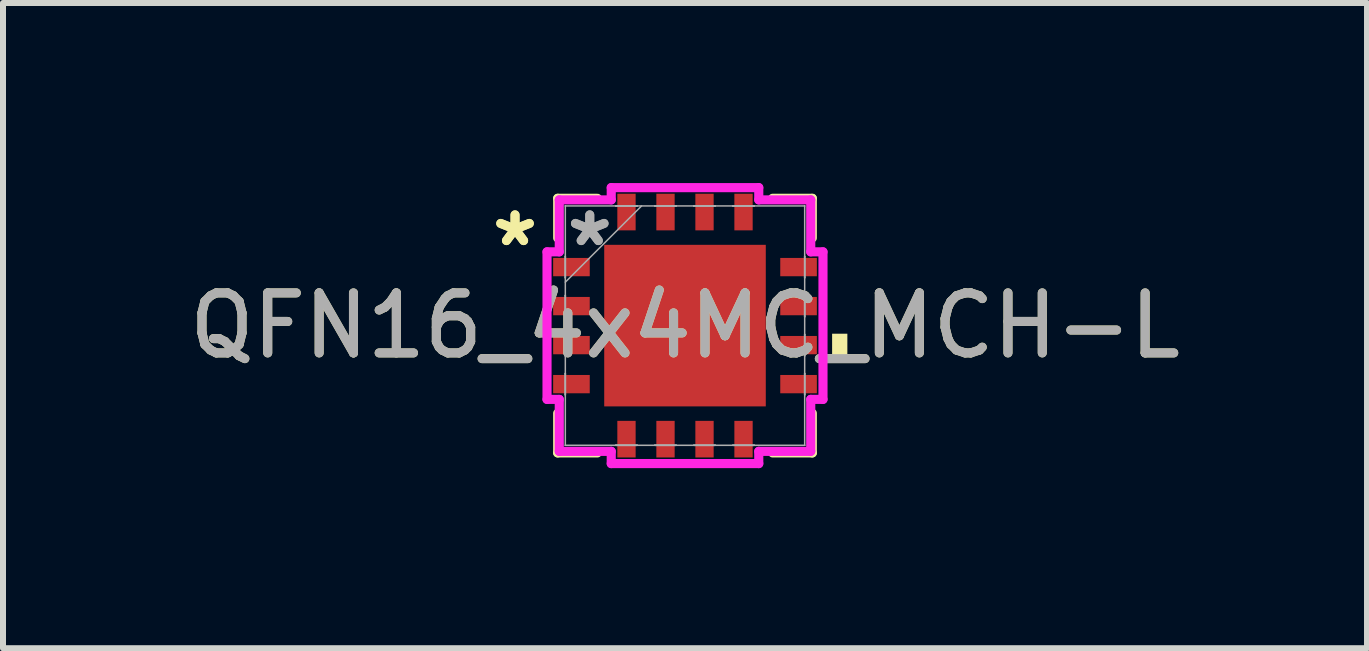
<source format=kicad_pcb>
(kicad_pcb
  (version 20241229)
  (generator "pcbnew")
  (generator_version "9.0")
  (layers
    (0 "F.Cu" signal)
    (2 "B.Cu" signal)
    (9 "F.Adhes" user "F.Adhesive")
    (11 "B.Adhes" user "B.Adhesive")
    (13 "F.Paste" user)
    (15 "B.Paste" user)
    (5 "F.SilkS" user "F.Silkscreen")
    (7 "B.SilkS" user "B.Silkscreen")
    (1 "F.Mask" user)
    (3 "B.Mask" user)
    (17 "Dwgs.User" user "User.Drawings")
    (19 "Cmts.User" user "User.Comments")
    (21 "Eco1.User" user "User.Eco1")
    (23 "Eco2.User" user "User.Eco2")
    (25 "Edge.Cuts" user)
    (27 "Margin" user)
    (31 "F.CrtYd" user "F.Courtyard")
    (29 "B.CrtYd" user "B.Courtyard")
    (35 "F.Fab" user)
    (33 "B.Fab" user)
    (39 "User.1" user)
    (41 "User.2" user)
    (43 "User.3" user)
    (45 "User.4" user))
  (footprint "QFN16_4x4MC_MCH-L"
    (layer "F.Cu")
    (at 8.363 2.375)
    (property "Reference" "QFN16_4x4MC_MCH-L" (at 0 0 0) (unlocked yes) (layer "F.SilkS") (effects (font (size 1 1) (thickness 0.15))))
    (attr smd)
    (fp_line (start -2.121 -2.121) (end -2.121 -1.46) (stroke (width 0.152) (type solid)) (layer "F.SilkS"))
    (fp_line (start -2.121 1.46) (end -2.121 2.121) (stroke (width 0.152) (type solid)) (layer "F.SilkS"))
    (fp_line (start -2.121 2.121) (end -1.46 2.121) (stroke (width 0.152) (type solid)) (layer "F.SilkS"))
    (fp_line (start -1.46 -2.121) (end -2.121 -2.121) (stroke (width 0.152) (type solid)) (layer "F.SilkS"))
    (fp_line (start 1.46 2.121) (end 2.121 2.121) (stroke (width 0.152) (type solid)) (layer "F.SilkS"))
    (fp_line (start 2.121 -2.121) (end 1.46 -2.121) (stroke (width 0.152) (type solid)) (layer "F.SilkS"))
    (fp_line (start 2.121 -1.46) (end 2.121 -2.121) (stroke (width 0.152) (type solid)) (layer "F.SilkS"))
    (fp_line (start 2.121 2.121) (end 2.121 1.46) (stroke (width 0.152) (type solid)) (layer "F.SilkS"))
    (fp_poly (pts (xy 2.705 0.135) (xy 2.705 0.516) (xy 2.451 0.516) (xy 2.451 0.135)) (stroke (width 0) (type solid)) (fill yes) (layer "F.SilkS"))
    (fp_poly (pts (xy -1.246 -1.246) (xy -1.246 -0.1) (xy -0.1 -0.1) (xy -0.1 -1.246)) (stroke (width 0) (type solid)) (fill yes) (layer "F.Paste"))
    (fp_poly (pts (xy -1.246 0.1) (xy -1.246 1.246) (xy -0.1 1.246) (xy -0.1 0.1)) (stroke (width 0) (type solid)) (fill yes) (layer "F.Paste"))
    (fp_poly (pts (xy 0.1 -1.246) (xy 0.1 -0.1) (xy 1.246 -0.1) (xy 1.246 -1.246)) (stroke (width 0) (type solid)) (fill yes) (layer "F.Paste"))
    (fp_poly (pts (xy 0.1 0.1) (xy 0.1 1.246) (xy 1.246 1.246) (xy 1.246 0.1)) (stroke (width 0) (type solid)) (fill yes) (layer "F.Paste"))
    (fp_line (start -2.299 -1.229) (end -2.095 -1.229) (stroke (width 0.152) (type solid)) (layer "F.CrtYd"))
    (fp_line (start -2.299 1.229) (end -2.299 -1.229) (stroke (width 0.152) (type solid)) (layer "F.CrtYd"))
    (fp_line (start -2.095 -2.095) (end -1.229 -2.095) (stroke (width 0.152) (type solid)) (layer "F.CrtYd"))
    (fp_line (start -2.095 -1.229) (end -2.095 -2.095) (stroke (width 0.152) (type solid)) (layer "F.CrtYd"))
    (fp_line (start -2.095 1.229) (end -2.299 1.229) (stroke (width 0.152) (type solid)) (layer "F.CrtYd"))
    (fp_line (start -2.095 2.095) (end -2.095 1.229) (stroke (width 0.152) (type solid)) (layer "F.CrtYd"))
    (fp_line (start -1.229 -2.299) (end 1.229 -2.299) (stroke (width 0.152) (type solid)) (layer "F.CrtYd"))
    (fp_line (start -1.229 -2.095) (end -1.229 -2.299) (stroke (width 0.152) (type solid)) (layer "F.CrtYd"))
    (fp_line (start -1.229 2.095) (end -2.095 2.095) (stroke (width 0.152) (type solid)) (layer "F.CrtYd"))
    (fp_line (start -1.229 2.299) (end -1.229 2.095) (stroke (width 0.152) (type solid)) (layer "F.CrtYd"))
    (fp_line (start 1.229 -2.299) (end 1.229 -2.095) (stroke (width 0.152) (type solid)) (layer "F.CrtYd"))
    (fp_line (start 1.229 -2.095) (end 2.095 -2.095) (stroke (width 0.152) (type solid)) (layer "F.CrtYd"))
    (fp_line (start 1.229 2.095) (end 1.229 2.299) (stroke (width 0.152) (type solid)) (layer "F.CrtYd"))
    (fp_line (start 1.229 2.299) (end -1.229 2.299) (stroke (width 0.152) (type solid)) (layer "F.CrtYd"))
    (fp_line (start 2.095 -2.095) (end 2.095 -1.229) (stroke (width 0.152) (type solid)) (layer "F.CrtYd"))
    (fp_line (start 2.095 -1.229) (end 2.299 -1.229) (stroke (width 0.152) (type solid)) (layer "F.CrtYd"))
    (fp_line (start 2.095 1.229) (end 2.095 2.095) (stroke (width 0.152) (type solid)) (layer "F.CrtYd"))
    (fp_line (start 2.095 2.095) (end 1.229 2.095) (stroke (width 0.152) (type solid)) (layer "F.CrtYd"))
    (fp_line (start 2.299 -1.229) (end 2.299 1.229) (stroke (width 0.152) (type solid)) (layer "F.CrtYd"))
    (fp_line (start 2.299 1.229) (end 2.095 1.229) (stroke (width 0.152) (type solid)) (layer "F.CrtYd"))
    (fp_line (start -1.994 -1.994) (end -1.994 -1.994) (stroke (width 0.025) (type solid)) (layer "F.Fab"))
    (fp_line (start -1.994 -1.994) (end -1.994 1.994) (stroke (width 0.025) (type solid)) (layer "F.Fab"))
    (fp_line (start -1.994 -1.153) (end -1.994 -1.153) (stroke (width 0.025) (type solid)) (layer "F.Fab"))
    (fp_line (start -1.994 -1.153) (end -1.994 -0.797) (stroke (width 0.025) (type solid)) (layer "F.Fab"))
    (fp_line (start -1.994 -0.797) (end -1.994 -1.153) (stroke (width 0.025) (type solid)) (layer "F.Fab"))
    (fp_line (start -1.994 -0.797) (end -1.994 -0.797) (stroke (width 0.025) (type solid)) (layer "F.Fab"))
    (fp_line (start -1.994 -0.724) (end -0.724 -1.994) (stroke (width 0.025) (type solid)) (layer "F.Fab"))
    (fp_line (start -1.994 -0.503) (end -1.994 -0.503) (stroke (width 0.025) (type solid)) (layer "F.Fab"))
    (fp_line (start -1.994 -0.503) (end -1.994 -0.147) (stroke (width 0.025) (type solid)) (layer "F.Fab"))
    (fp_line (start -1.994 -0.147) (end -1.994 -0.503) (stroke (width 0.025) (type solid)) (layer "F.Fab"))
    (fp_line (start -1.994 -0.147) (end -1.994 -0.147) (stroke (width 0.025) (type solid)) (layer "F.Fab"))
    (fp_line (start -1.994 0.147) (end -1.994 0.147) (stroke (width 0.025) (type solid)) (layer "F.Fab"))
    (fp_line (start -1.994 0.147) (end -1.994 0.503) (stroke (width 0.025) (type solid)) (layer "F.Fab"))
    (fp_line (start -1.994 0.503) (end -1.994 0.147) (stroke (width 0.025) (type solid)) (layer "F.Fab"))
    (fp_line (start -1.994 0.503) (end -1.994 0.503) (stroke (width 0.025) (type solid)) (layer "F.Fab"))
    (fp_line (start -1.994 0.797) (end -1.994 0.797) (stroke (width 0.025) (type solid)) (layer "F.Fab"))
    (fp_line (start -1.994 0.797) (end -1.994 1.153) (stroke (width 0.025) (type solid)) (layer "F.Fab"))
    (fp_line (start -1.994 1.153) (end -1.994 0.797) (stroke (width 0.025) (type solid)) (layer "F.Fab"))
    (fp_line (start -1.994 1.153) (end -1.994 1.153) (stroke (width 0.025) (type solid)) (layer "F.Fab"))
    (fp_line (start -1.994 1.994) (end -1.994 1.994) (stroke (width 0.025) (type solid)) (layer "F.Fab"))
    (fp_line (start -1.994 1.994) (end 1.994 1.994) (stroke (width 0.025) (type solid)) (layer "F.Fab"))
    (fp_line (start -1.153 -1.994) (end -1.153 -1.994) (stroke (width 0.025) (type solid)) (layer "F.Fab"))
    (fp_line (start -1.153 -1.994) (end -0.797 -1.994) (stroke (width 0.025) (type solid)) (layer "F.Fab"))
    (fp_line (start -1.153 1.994) (end -1.153 1.994) (stroke (width 0.025) (type solid)) (layer "F.Fab"))
    (fp_line (start -1.153 1.994) (end -0.797 1.994) (stroke (width 0.025) (type solid)) (layer "F.Fab"))
    (fp_line (start -0.797 -1.994) (end -1.153 -1.994) (stroke (width 0.025) (type solid)) (layer "F.Fab"))
    (fp_line (start -0.797 -1.994) (end -0.797 -1.994) (stroke (width 0.025) (type solid)) (layer "F.Fab"))
    (fp_line (start -0.797 1.994) (end -1.153 1.994) (stroke (width 0.025) (type solid)) (layer "F.Fab"))
    (fp_line (start -0.797 1.994) (end -0.797 1.994) (stroke (width 0.025) (type solid)) (layer "F.Fab"))
    (fp_line (start -0.503 -1.994) (end -0.503 -1.994) (stroke (width 0.025) (type solid)) (layer "F.Fab"))
    (fp_line (start -0.503 -1.994) (end -0.147 -1.994) (stroke (width 0.025) (type solid)) (layer "F.Fab"))
    (fp_line (start -0.503 1.994) (end -0.503 1.994) (stroke (width 0.025) (type solid)) (layer "F.Fab"))
    (fp_line (start -0.503 1.994) (end -0.147 1.994) (stroke (width 0.025) (type solid)) (layer "F.Fab"))
    (fp_line (start -0.147 -1.994) (end -0.503 -1.994) (stroke (width 0.025) (type solid)) (layer "F.Fab"))
    (fp_line (start -0.147 -1.994) (end -0.147 -1.994) (stroke (width 0.025) (type solid)) (layer "F.Fab"))
    (fp_line (start -0.147 1.994) (end -0.503 1.994) (stroke (width 0.025) (type solid)) (layer "F.Fab"))
    (fp_line (start -0.147 1.994) (end -0.147 1.994) (stroke (width 0.025) (type solid)) (layer "F.Fab"))
    (fp_line (start 0.147 -1.994) (end 0.147 -1.994) (stroke (width 0.025) (type solid)) (layer "F.Fab"))
    (fp_line (start 0.147 -1.994) (end 0.503 -1.994) (stroke (width 0.025) (type solid)) (layer "F.Fab"))
    (fp_line (start 0.147 1.994) (end 0.147 1.994) (stroke (width 0.025) (type solid)) (layer "F.Fab"))
    (fp_line (start 0.147 1.994) (end 0.503 1.994) (stroke (width 0.025) (type solid)) (layer "F.Fab"))
    (fp_line (start 0.503 -1.994) (end 0.147 -1.994) (stroke (width 0.025) (type solid)) (layer "F.Fab"))
    (fp_line (start 0.503 -1.994) (end 0.503 -1.994) (stroke (width 0.025) (type solid)) (layer "F.Fab"))
    (fp_line (start 0.503 1.994) (end 0.147 1.994) (stroke (width 0.025) (type solid)) (layer "F.Fab"))
    (fp_line (start 0.503 1.994) (end 0.503 1.994) (stroke (width 0.025) (type solid)) (layer "F.Fab"))
    (fp_line (start 0.797 -1.994) (end 0.797 -1.994) (stroke (width 0.025) (type solid)) (layer "F.Fab"))
    (fp_line (start 0.797 -1.994) (end 1.153 -1.994) (stroke (width 0.025) (type solid)) (layer "F.Fab"))
    (fp_line (start 0.797 1.994) (end 0.797 1.994) (stroke (width 0.025) (type solid)) (layer "F.Fab"))
    (fp_line (start 0.797 1.994) (end 1.153 1.994) (stroke (width 0.025) (type solid)) (layer "F.Fab"))
    (fp_line (start 1.153 -1.994) (end 0.797 -1.994) (stroke (width 0.025) (type solid)) (layer "F.Fab"))
    (fp_line (start 1.153 -1.994) (end 1.153 -1.994) (stroke (width 0.025) (type solid)) (layer "F.Fab"))
    (fp_line (start 1.153 1.994) (end 0.797 1.994) (stroke (width 0.025) (type solid)) (layer "F.Fab"))
    (fp_line (start 1.153 1.994) (end 1.153 1.994) (stroke (width 0.025) (type solid)) (layer "F.Fab"))
    (fp_line (start 1.994 -1.994) (end -1.994 -1.994) (stroke (width 0.025) (type solid)) (layer "F.Fab"))
    (fp_line (start 1.994 -1.994) (end 1.994 -1.994) (stroke (width 0.025) (type solid)) (layer "F.Fab"))
    (fp_line (start 1.994 -1.153) (end 1.994 -1.153) (stroke (width 0.025) (type solid)) (layer "F.Fab"))
    (fp_line (start 1.994 -1.153) (end 1.994 -0.797) (stroke (width 0.025) (type solid)) (layer "F.Fab"))
    (fp_line (start 1.994 -0.797) (end 1.994 -1.153) (stroke (width 0.025) (type solid)) (layer "F.Fab"))
    (fp_line (start 1.994 -0.797) (end 1.994 -0.797) (stroke (width 0.025) (type solid)) (layer "F.Fab"))
    (fp_line (start 1.994 -0.503) (end 1.994 -0.503) (stroke (width 0.025) (type solid)) (layer "F.Fab"))
    (fp_line (start 1.994 -0.503) (end 1.994 -0.147) (stroke (width 0.025) (type solid)) (layer "F.Fab"))
    (fp_line (start 1.994 -0.147) (end 1.994 -0.503) (stroke (width 0.025) (type solid)) (layer "F.Fab"))
    (fp_line (start 1.994 -0.147) (end 1.994 -0.147) (stroke (width 0.025) (type solid)) (layer "F.Fab"))
    (fp_line (start 1.994 0.147) (end 1.994 0.147) (stroke (width 0.025) (type solid)) (layer "F.Fab"))
    (fp_line (start 1.994 0.147) (end 1.994 0.503) (stroke (width 0.025) (type solid)) (layer "F.Fab"))
    (fp_line (start 1.994 0.503) (end 1.994 0.147) (stroke (width 0.025) (type solid)) (layer "F.Fab"))
    (fp_line (start 1.994 0.503) (end 1.994 0.503) (stroke (width 0.025) (type solid)) (layer "F.Fab"))
    (fp_line (start 1.994 0.797) (end 1.994 0.797) (stroke (width 0.025) (type solid)) (layer "F.Fab"))
    (fp_line (start 1.994 0.797) (end 1.994 1.153) (stroke (width 0.025) (type solid)) (layer "F.Fab"))
    (fp_line (start 1.994 1.153) (end 1.994 0.797) (stroke (width 0.025) (type solid)) (layer "F.Fab"))
    (fp_line (start 1.994 1.153) (end 1.994 1.153) (stroke (width 0.025) (type solid)) (layer "F.Fab"))
    (fp_line (start 1.994 1.994) (end 1.994 -1.994) (stroke (width 0.025) (type solid)) (layer "F.Fab"))
    (fp_line (start 1.994 1.994) (end 1.994 1.994) (stroke (width 0.025) (type solid)) (layer "F.Fab"))
    (fp_text user "*" (at -2.832 -1.3 0) (unlocked yes) (layer "F.SilkS") (effects (font (size 1 1) (thickness 0.15))))
    (fp_text user "*" (at -2.832 -1.3 0) (layer "F.SilkS") (effects (font (size 1 1) (thickness 0.15))))
    (fp_text user "${REFERENCE}" (at 0 0 0) (unlocked yes) (layer "F.Fab") (effects (font (size 1 1) (thickness 0.15))))
    (fp_text user "*" (at -1.587 -1.3 0) (unlocked yes) (layer "F.Fab") (effects (font (size 1 1) (thickness 0.15))))
    (fp_text user "*" (at -1.587 -1.3 0) (layer "F.Fab") (effects (font (size 1 1) (thickness 0.15))))
    (pad "1" smd rect (at -1.892 -0.975 90) (size 0.305 0.61) (layers "F.Cu" "F.Mask" "F.Paste"))
    (pad "2" smd rect (at -1.892 -0.325 90) (size 0.305 0.61) (layers "F.Cu" "F.Mask" "F.Paste"))
    (pad "3" smd rect (at -1.892 0.325 90) (size 0.305 0.61) (layers "F.Cu" "F.Mask" "F.Paste"))
    (pad "4" smd rect (at -1.892 0.975 90) (size 0.305 0.61) (layers "F.Cu" "F.Mask" "F.Paste"))
    (pad "5" smd rect (at -0.975 1.892) (size 0.305 0.61) (layers "F.Cu" "F.Mask" "F.Paste"))
    (pad "6" smd rect (at -0.325 1.892) (size 0.305 0.61) (layers "F.Cu" "F.Mask" "F.Paste"))
    (pad "7" smd rect (at 0.325 1.892) (size 0.305 0.61) (layers "F.Cu" "F.Mask" "F.Paste"))
    (pad "8" smd rect (at 0.975 1.892) (size 0.305 0.61) (layers "F.Cu" "F.Mask" "F.Paste"))
    (pad "9" smd rect (at 1.892 0.975 90) (size 0.305 0.61) (layers "F.Cu" "F.Mask" "F.Paste"))
    (pad "10" smd rect (at 1.892 0.325 90) (size 0.305 0.61) (layers "F.Cu" "F.Mask" "F.Paste"))
    (pad "11" smd rect (at 1.892 -0.325 90) (size 0.305 0.61) (layers "F.Cu" "F.Mask" "F.Paste"))
    (pad "12" smd rect (at 1.892 -0.975 90) (size 0.305 0.61) (layers "F.Cu" "F.Mask" "F.Paste"))
    (pad "13" smd rect (at 0.975 -1.892) (size 0.305 0.61) (layers "F.Cu" "F.Mask" "F.Paste"))
    (pad "14" smd rect (at 0.325 -1.892) (size 0.305 0.61) (layers "F.Cu" "F.Mask" "F.Paste"))
    (pad "15" smd rect (at -0.325 -1.892) (size 0.305 0.61) (layers "F.Cu" "F.Mask" "F.Paste"))
    (pad "16" smd rect (at -0.975 -1.892) (size 0.305 0.61) (layers "F.Cu" "F.Mask" "F.Paste"))
    (pad "17" smd rect (at 0 0) (size 2.692 2.692) (layers "F.Cu" "F.Mask" "F.Paste")))
  (gr_rect
    (start -3 -3)
    (end 19.726 7.75)
    (stroke (width 0.1) (type default))
    (fill no)
    (layer "Edge.Cuts")))
</source>
